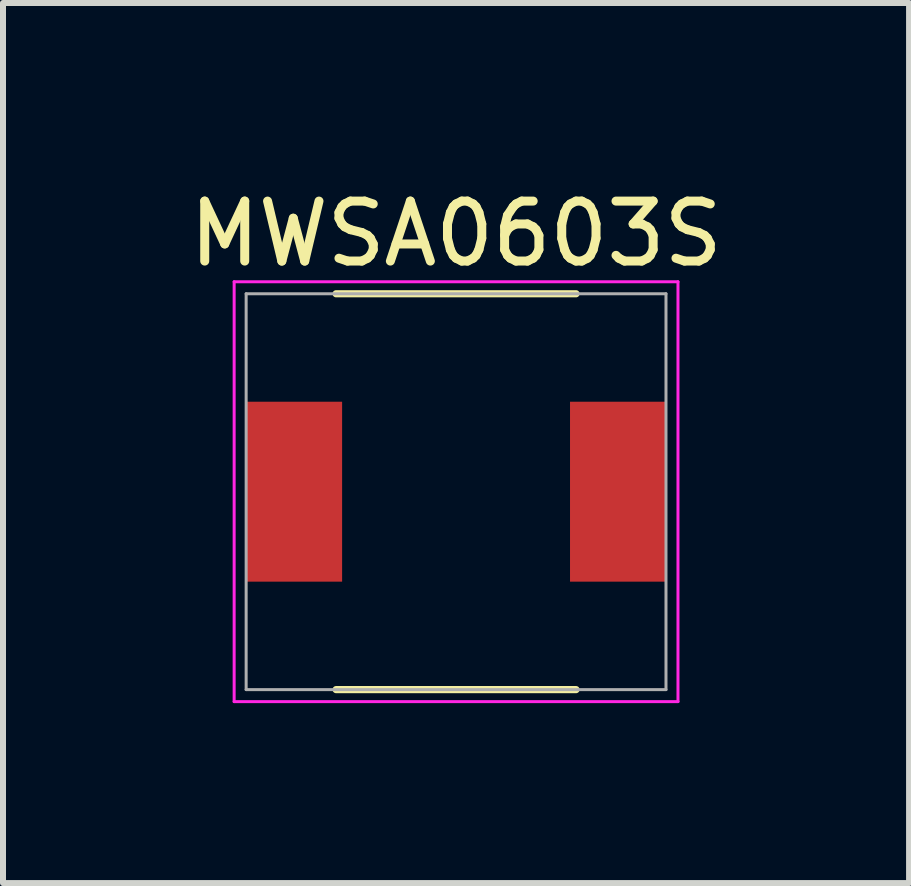
<source format=kicad_pcb>
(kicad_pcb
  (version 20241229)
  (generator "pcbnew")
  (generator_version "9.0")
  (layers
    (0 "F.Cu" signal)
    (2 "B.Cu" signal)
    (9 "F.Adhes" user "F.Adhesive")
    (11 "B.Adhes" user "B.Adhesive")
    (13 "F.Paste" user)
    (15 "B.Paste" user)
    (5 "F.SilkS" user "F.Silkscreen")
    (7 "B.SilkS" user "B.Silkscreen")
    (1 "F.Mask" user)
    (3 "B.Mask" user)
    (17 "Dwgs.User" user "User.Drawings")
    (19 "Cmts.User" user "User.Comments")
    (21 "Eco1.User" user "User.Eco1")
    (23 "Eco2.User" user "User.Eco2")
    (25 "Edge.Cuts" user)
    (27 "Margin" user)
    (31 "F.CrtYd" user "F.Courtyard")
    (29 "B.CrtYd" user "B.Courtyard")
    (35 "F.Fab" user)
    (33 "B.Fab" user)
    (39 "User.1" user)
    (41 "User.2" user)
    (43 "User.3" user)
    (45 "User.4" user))
  (footprint "MWSA0603S"
    (layer "F.Cu")
    (at 4.554 5.148)
    (property "Reference" "MWSA0603S" (at 0 -4.3 0) (layer "F.SilkS") (effects (font (size 1 1) (thickness 0.15))))
    (attr smd)
    (fp_line (start -2 -3.3) (end 2 -3.3) (stroke (width 0.12) (type solid)) (layer "F.SilkS"))
    (fp_line (start -2 3.3) (end 2 3.3) (stroke (width 0.12) (type solid)) (layer "F.SilkS"))
    (fp_line (start -3.7 -3.5) (end 3.7 -3.5) (stroke (width 0.05) (type solid)) (layer "F.CrtYd"))
    (fp_line (start -3.7 3.5) (end -3.7 -3.5) (stroke (width 0.05) (type solid)) (layer "F.CrtYd"))
    (fp_line (start 3.7 -3.5) (end 3.7 3.5) (stroke (width 0.05) (type solid)) (layer "F.CrtYd"))
    (fp_line (start 3.7 3.5) (end -3.7 3.5) (stroke (width 0.05) (type solid)) (layer "F.CrtYd"))
    (fp_line (start -3.5 -3.3) (end -3.5 3.3) (stroke (width 0.05) (type solid)) (layer "F.Fab"))
    (fp_line (start -3.5 3.3) (end 3.5 3.3) (stroke (width 0.05) (type solid)) (layer "F.Fab"))
    (fp_line (start 3.5 -3.3) (end -3.5 -3.3) (stroke (width 0.05) (type solid)) (layer "F.Fab"))
    (fp_line (start 3.5 3.3) (end 3.5 -3.3) (stroke (width 0.05) (type solid)) (layer "F.Fab"))
    (pad "1" smd rect (at -2.7 0) (size 1.6 3) (layers "F.Cu" "F.Mask" "F.Paste"))
    (pad "2" smd rect (at 2.7 0) (size 1.6 3) (layers "F.Cu" "F.Mask" "F.Paste")))
  (gr_rect
    (start -3 -3)
    (end 12.107 11.673)
    (stroke (width 0.1) (type default))
    (fill no)
    (layer "Edge.Cuts")))
</source>
